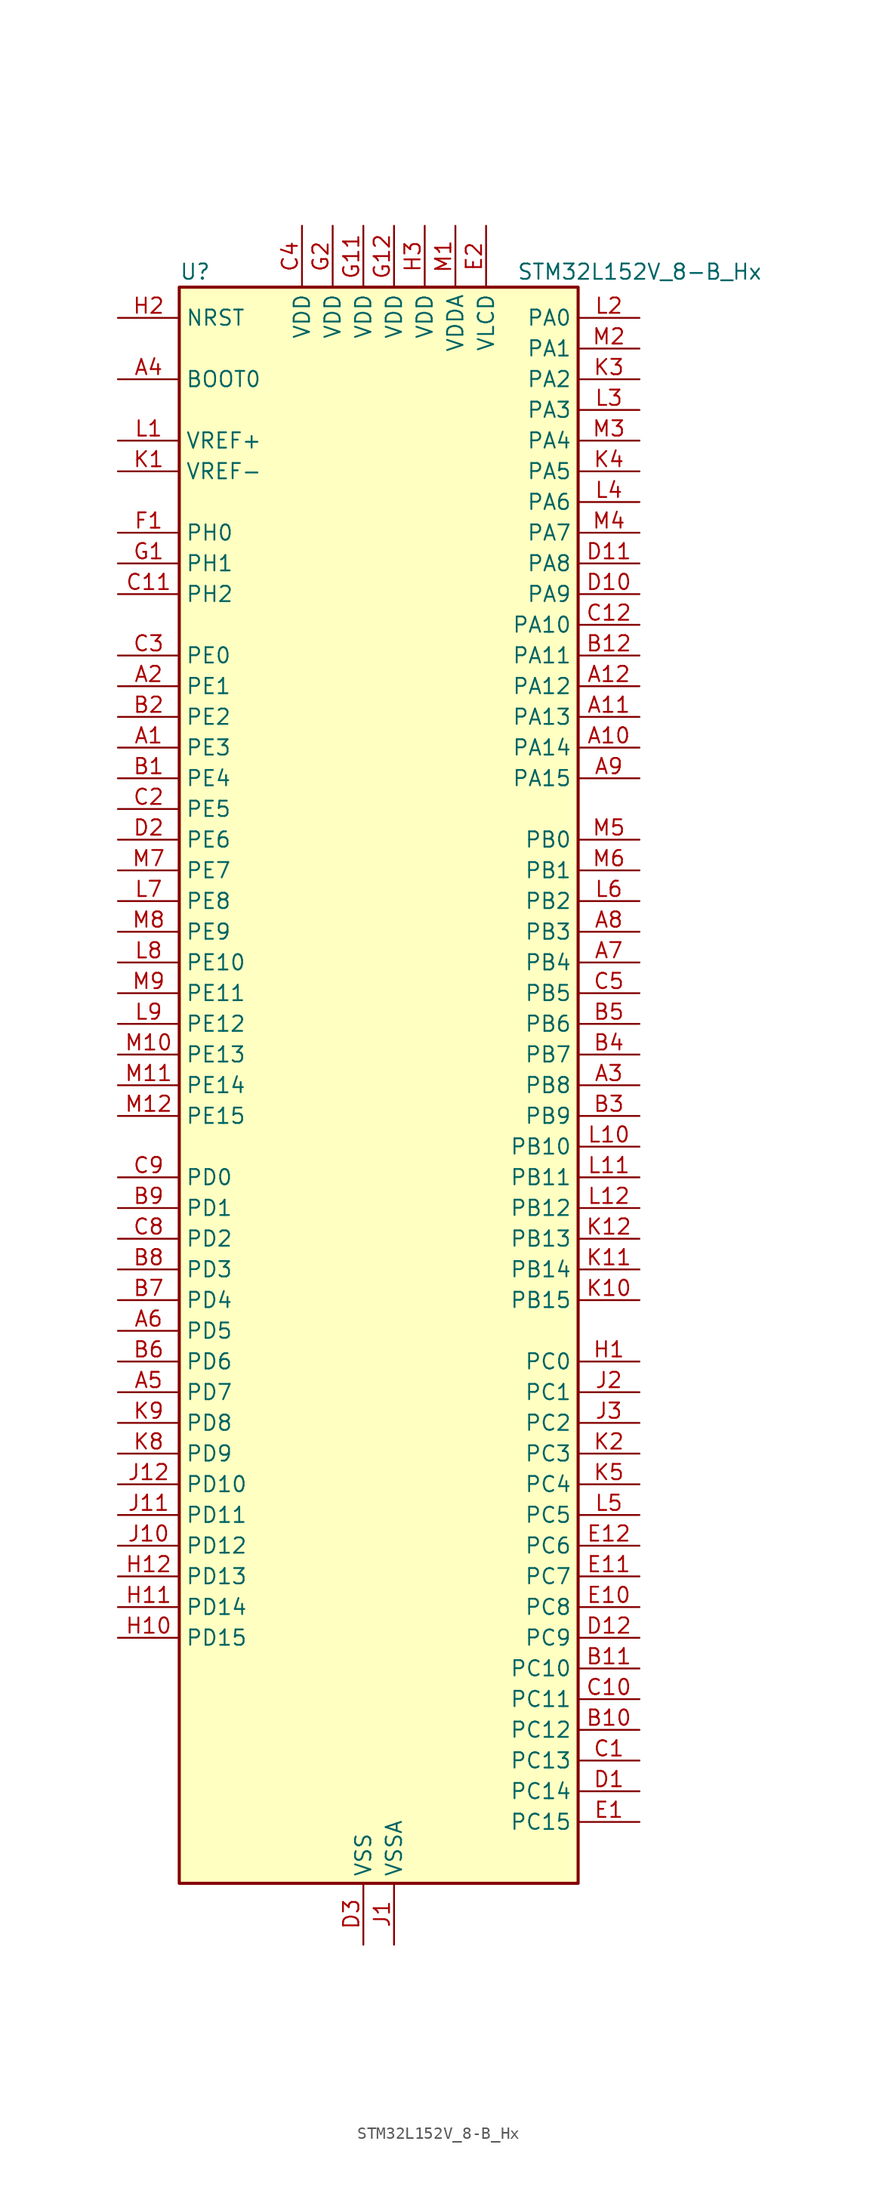
<source format=kicad_sym>
(kicad_symbol_lib
  (version 20231120)
  (generator "kicad-library-utils")
  (generator_version "8.0")
  (symbol "STM32L152V_8-B_Hx"
    (property "Reference" "U"
      (at -15.24 67.31 0)
      (effects (font (size 1.27 1.27)) (justify left)))
    (property "Value" "STM32L152V_8-B_Hx"
      (at 12.7 67.31 0)
      (effects (font (size 1.27 1.27)) (justify left)))
    (symbol "STM32L152V_8-B_Hx_0_1"
      (rectangle (start -15.24 -66.04) (end 17.78 66.04) (stroke (width 0.254) (type default)) (fill (type background))))
    (symbol "STM32L152V_8-B_Hx_1_1"
      (pin bidirectional line (at -20.32 27.94 0) (length 5.08) (name "PE3" (effects (font (size 1.27 1.27)))) (number "A1" (effects (font (size 1.27 1.27)))) (alternate "LCD_SEG39" bidirectional line) (alternate "SYS_TRACED0" bidirectional line) (alternate "TIM3_CH1" bidirectional line) (alternate "TIMX_IC4" bidirectional line))
      (pin bidirectional line (at 22.86 27.94 180) (length 5.08) (name "PA14" (effects (font (size 1.27 1.27)))) (number "A10" (effects (font (size 1.27 1.27)))) (alternate "SYS_JTCK-SWCLK" bidirectional line) (alternate "TIMX_IC3" bidirectional line) (alternate "TS_G5_IO2" bidirectional line))
      (pin bidirectional line (at 22.86 30.48 180) (length 5.08) (name "PA13" (effects (font (size 1.27 1.27)))) (number "A11" (effects (font (size 1.27 1.27)))) (alternate "SYS_JTMS-SWDIO" bidirectional line) (alternate "TIMX_IC2" bidirectional line) (alternate "TS_G5_IO1" bidirectional line))
      (pin bidirectional line (at 22.86 33.02 180) (length 5.08) (name "PA12" (effects (font (size 1.27 1.27)))) (number "A12" (effects (font (size 1.27 1.27)))) (alternate "SPI1_MOSI" bidirectional line) (alternate "TIMX_IC1" bidirectional line) (alternate "USART1_RTS" bidirectional line) (alternate "USB_DP" bidirectional line))
      (pin bidirectional line (at -20.32 33.02 0) (length 5.08) (name "PE1" (effects (font (size 1.27 1.27)))) (number "A2" (effects (font (size 1.27 1.27)))) (alternate "LCD_SEG37" bidirectional line) (alternate "TIM11_CH1" bidirectional line) (alternate "TIMX_IC2" bidirectional line))
      (pin bidirectional line (at 22.86 0 180) (length 5.08) (name "PB8" (effects (font (size 1.27 1.27)))) (number "A3" (effects (font (size 1.27 1.27)))) (alternate "I2C1_SCL" bidirectional line) (alternate "LCD_SEG16" bidirectional line) (alternate "TIM10_CH1" bidirectional line) (alternate "TIM4_CH3" bidirectional line))
      (pin input line (at -20.32 58.42 0) (length 5.08) (name "BOOT0" (effects (font (size 1.27 1.27)))) (number "A4" (effects (font (size 1.27 1.27)))))
      (pin bidirectional line (at -20.32 -25.4 0) (length 5.08) (name "PD7" (effects (font (size 1.27 1.27)))) (number "A5" (effects (font (size 1.27 1.27)))) (alternate "TIM9_CH2" bidirectional line) (alternate "TIMX_IC4" bidirectional line) (alternate "USART2_CK" bidirectional line))
      (pin bidirectional line (at -20.32 -20.32 0) (length 5.08) (name "PD5" (effects (font (size 1.27 1.27)))) (number "A6" (effects (font (size 1.27 1.27)))) (alternate "TIMX_IC2" bidirectional line) (alternate "USART2_TX" bidirectional line))
      (pin bidirectional line (at 22.86 10.16 180) (length 5.08) (name "PB4" (effects (font (size 1.27 1.27)))) (number "A7" (effects (font (size 1.27 1.27)))) (alternate "COMP2_INP" bidirectional line) (alternate "LCD_SEG8" bidirectional line) (alternate "SPI1_MISO" bidirectional line) (alternate "SYS_JTRST" bidirectional line) (alternate "TIM3_CH1" bidirectional line) (alternate "TS_G6_IO1" bidirectional line))
      (pin bidirectional line (at 22.86 12.7 180) (length 5.08) (name "PB3" (effects (font (size 1.27 1.27)))) (number "A8" (effects (font (size 1.27 1.27)))) (alternate "COMP2_INM" bidirectional line) (alternate "LCD_SEG7" bidirectional line) (alternate "SPI1_SCK" bidirectional line) (alternate "SYS_JTDO-TRACESWO" bidirectional line) (alternate "TIM2_CH2" bidirectional line))
      (pin bidirectional line (at 22.86 25.4 180) (length 5.08) (name "PA15" (effects (font (size 1.27 1.27)))) (number "A9" (effects (font (size 1.27 1.27)))) (alternate "ADC_EXTI15" bidirectional line) (alternate "LCD_SEG17" bidirectional line) (alternate "SPI1_NSS" bidirectional line) (alternate "SYS_JTDI" bidirectional line) (alternate "TIM2_CH1" bidirectional line) (alternate "TIM2_ETR" bidirectional line) (alternate "TIMX_IC4" bidirectional line) (alternate "TS_G5_IO3" bidirectional line))
      (pin bidirectional line (at -20.32 25.4 0) (length 5.08) (name "PE4" (effects (font (size 1.27 1.27)))) (number "B1" (effects (font (size 1.27 1.27)))) (alternate "SYS_TRACED1" bidirectional line) (alternate "TIM3_CH2" bidirectional line) (alternate "TIMX_IC1" bidirectional line))
      (pin bidirectional line (at 22.86 -53.34 180) (length 5.08) (name "PC12" (effects (font (size 1.27 1.27)))) (number "B10" (effects (font (size 1.27 1.27)))) (alternate "LCD_COM6" bidirectional line) (alternate "LCD_SEG30" bidirectional line) (alternate "LCD_SEG42" bidirectional line) (alternate "TIMX_IC1" bidirectional line) (alternate "USART3_CK" bidirectional line))
      (pin bidirectional line (at 22.86 -48.26 180) (length 5.08) (name "PC10" (effects (font (size 1.27 1.27)))) (number "B11" (effects (font (size 1.27 1.27)))) (alternate "LCD_COM4" bidirectional line) (alternate "LCD_SEG28" bidirectional line) (alternate "LCD_SEG40" bidirectional line) (alternate "TIMX_IC3" bidirectional line) (alternate "USART3_TX" bidirectional line))
      (pin bidirectional line (at 22.86 35.56 180) (length 5.08) (name "PA11" (effects (font (size 1.27 1.27)))) (number "B12" (effects (font (size 1.27 1.27)))) (alternate "ADC_EXTI11" bidirectional line) (alternate "SPI1_MISO" bidirectional line) (alternate "TIMX_IC4" bidirectional line) (alternate "USART1_CTS" bidirectional line) (alternate "USB_DM" bidirectional line))
      (pin bidirectional line (at -20.32 30.48 0) (length 5.08) (name "PE2" (effects (font (size 1.27 1.27)))) (number "B2" (effects (font (size 1.27 1.27)))) (alternate "LCD_SEG38" bidirectional line) (alternate "SYS_TRACECK" bidirectional line) (alternate "TIM3_ETR" bidirectional line) (alternate "TIMX_IC3" bidirectional line))
      (pin bidirectional line (at 22.86 -2.54 180) (length 5.08) (name "PB9" (effects (font (size 1.27 1.27)))) (number "B3" (effects (font (size 1.27 1.27)))) (alternate "DAC_EXTI9" bidirectional line) (alternate "I2C1_SDA" bidirectional line) (alternate "LCD_COM3" bidirectional line) (alternate "TIM11_CH1" bidirectional line) (alternate "TIM4_CH4" bidirectional line))
      (pin bidirectional line (at 22.86 2.54 180) (length 5.08) (name "PB7" (effects (font (size 1.27 1.27)))) (number "B4" (effects (font (size 1.27 1.27)))) (alternate "I2C1_SDA" bidirectional line) (alternate "SYS_PVD_IN" bidirectional line) (alternate "TIM4_CH2" bidirectional line) (alternate "USART1_RX" bidirectional line))
      (pin bidirectional line (at 22.86 5.08 180) (length 5.08) (name "PB6" (effects (font (size 1.27 1.27)))) (number "B5" (effects (font (size 1.27 1.27)))) (alternate "I2C1_SCL" bidirectional line) (alternate "TIM4_CH1" bidirectional line) (alternate "USART1_TX" bidirectional line))
      (pin bidirectional line (at -20.32 -22.86 0) (length 5.08) (name "PD6" (effects (font (size 1.27 1.27)))) (number "B6" (effects (font (size 1.27 1.27)))) (alternate "TIMX_IC3" bidirectional line) (alternate "USART2_RX" bidirectional line))
      (pin bidirectional line (at -20.32 -17.78 0) (length 5.08) (name "PD4" (effects (font (size 1.27 1.27)))) (number "B7" (effects (font (size 1.27 1.27)))) (alternate "SPI2_MOSI" bidirectional line) (alternate "TIMX_IC1" bidirectional line) (alternate "USART2_RTS" bidirectional line))
      (pin bidirectional line (at -20.32 -15.24 0) (length 5.08) (name "PD3" (effects (font (size 1.27 1.27)))) (number "B8" (effects (font (size 1.27 1.27)))) (alternate "SPI2_MISO" bidirectional line) (alternate "TIMX_IC4" bidirectional line) (alternate "USART2_CTS" bidirectional line))
      (pin bidirectional line (at -20.32 -10.16 0) (length 5.08) (name "PD1" (effects (font (size 1.27 1.27)))) (number "B9" (effects (font (size 1.27 1.27)))) (alternate "SPI2_SCK" bidirectional line) (alternate "TIMX_IC2" bidirectional line))
      (pin bidirectional line (at 22.86 -55.88 180) (length 5.08) (name "PC13" (effects (font (size 1.27 1.27)))) (number "C1" (effects (font (size 1.27 1.27)))) (alternate "RTC_OUT_ALARM" bidirectional line) (alternate "RTC_OUT_CALIB" bidirectional line) (alternate "RTC_TAMP1" bidirectional line) (alternate "RTC_TS" bidirectional line) (alternate "SYS_WKUP2" bidirectional line) (alternate "TIMX_IC2" bidirectional line))
      (pin bidirectional line (at 22.86 -50.8 180) (length 5.08) (name "PC11" (effects (font (size 1.27 1.27)))) (number "C10" (effects (font (size 1.27 1.27)))) (alternate "ADC_EXTI11" bidirectional line) (alternate "LCD_COM5" bidirectional line) (alternate "LCD_SEG29" bidirectional line) (alternate "LCD_SEG41" bidirectional line) (alternate "TIMX_IC4" bidirectional line) (alternate "USART3_RX" bidirectional line))
      (pin bidirectional line (at -20.32 40.64 0) (length 5.08) (name "PH2" (effects (font (size 1.27 1.27)))) (number "C11" (effects (font (size 1.27 1.27)))))
      (pin bidirectional line (at 22.86 38.1 180) (length 5.08) (name "PA10" (effects (font (size 1.27 1.27)))) (number "C12" (effects (font (size 1.27 1.27)))) (alternate "LCD_COM2" bidirectional line) (alternate "TIMX_IC3" bidirectional line) (alternate "TS_G4_IO3" bidirectional line) (alternate "USART1_RX" bidirectional line))
      (pin bidirectional line (at -20.32 22.86 0) (length 5.08) (name "PE5" (effects (font (size 1.27 1.27)))) (number "C2" (effects (font (size 1.27 1.27)))) (alternate "SYS_TRACED2" bidirectional line) (alternate "TIM9_CH1" bidirectional line) (alternate "TIMX_IC2" bidirectional line))
      (pin bidirectional line (at -20.32 35.56 0) (length 5.08) (name "PE0" (effects (font (size 1.27 1.27)))) (number "C3" (effects (font (size 1.27 1.27)))) (alternate "LCD_SEG36" bidirectional line) (alternate "TIM10_CH1" bidirectional line) (alternate "TIM4_ETR" bidirectional line) (alternate "TIMX_IC1" bidirectional line))
      (pin power_in line (at -5.08 71.12 270) (length 5.08) (name "VDD" (effects (font (size 1.27 1.27)))) (number "C4" (effects (font (size 1.27 1.27)))))
      (pin bidirectional line (at 22.86 7.62 180) (length 5.08) (name "PB5" (effects (font (size 1.27 1.27)))) (number "C5" (effects (font (size 1.27 1.27)))) (alternate "COMP2_INP" bidirectional line) (alternate "I2C1_SMBA" bidirectional line) (alternate "LCD_SEG9" bidirectional line) (alternate "SPI1_MOSI" bidirectional line) (alternate "TIM3_CH2" bidirectional line) (alternate "TS_G6_IO2" bidirectional line))
      (pin bidirectional line (at -20.32 -12.7 0) (length 5.08) (name "PD2" (effects (font (size 1.27 1.27)))) (number "C8" (effects (font (size 1.27 1.27)))) (alternate "LCD_COM7" bidirectional line) (alternate "LCD_SEG31" bidirectional line) (alternate "LCD_SEG43" bidirectional line) (alternate "TIM3_ETR" bidirectional line) (alternate "TIMX_IC3" bidirectional line))
      (pin bidirectional line (at -20.32 -7.62 0) (length 5.08) (name "PD0" (effects (font (size 1.27 1.27)))) (number "C9" (effects (font (size 1.27 1.27)))) (alternate "SPI2_NSS" bidirectional line) (alternate "TIM9_CH1" bidirectional line) (alternate "TIMX_IC1" bidirectional line))
      (pin bidirectional line (at 22.86 -58.42 180) (length 5.08) (name "PC14" (effects (font (size 1.27 1.27)))) (number "D1" (effects (font (size 1.27 1.27)))) (alternate "RCC_OSC32_IN" bidirectional line) (alternate "TIMX_IC3" bidirectional line))
      (pin bidirectional line (at 22.86 40.64 180) (length 5.08) (name "PA9" (effects (font (size 1.27 1.27)))) (number "D10" (effects (font (size 1.27 1.27)))) (alternate "DAC_EXTI9" bidirectional line) (alternate "LCD_COM1" bidirectional line) (alternate "TIMX_IC2" bidirectional line) (alternate "TS_G4_IO2" bidirectional line) (alternate "USART1_TX" bidirectional line))
      (pin bidirectional line (at 22.86 43.18 180) (length 5.08) (name "PA8" (effects (font (size 1.27 1.27)))) (number "D11" (effects (font (size 1.27 1.27)))) (alternate "LCD_COM0" bidirectional line) (alternate "RCC_MCO" bidirectional line) (alternate "TIMX_IC1" bidirectional line) (alternate "TS_G4_IO1" bidirectional line) (alternate "USART1_CK" bidirectional line))
      (pin bidirectional line (at 22.86 -45.72 180) (length 5.08) (name "PC9" (effects (font (size 1.27 1.27)))) (number "D12" (effects (font (size 1.27 1.27)))) (alternate "DAC_EXTI9" bidirectional line) (alternate "LCD_SEG27" bidirectional line) (alternate "TIM3_CH4" bidirectional line) (alternate "TIMX_IC2" bidirectional line) (alternate "TS_G10_IO4" bidirectional line))
      (pin bidirectional line (at -20.32 20.32 0) (length 5.08) (name "PE6" (effects (font (size 1.27 1.27)))) (number "D2" (effects (font (size 1.27 1.27)))) (alternate "SYS_TRACED3" bidirectional line) (alternate "SYS_WKUP3" bidirectional line) (alternate "TIM9_CH2" bidirectional line) (alternate "TIMX_IC3" bidirectional line))
      (pin power_in line (at 0 -71.12 90) (length 5.08) (name "VSS" (effects (font (size 1.27 1.27)))) (number "D3" (effects (font (size 1.27 1.27)))))
      (pin bidirectional line (at 22.86 -60.96 180) (length 5.08) (name "PC15" (effects (font (size 1.27 1.27)))) (number "E1" (effects (font (size 1.27 1.27)))) (alternate "ADC_EXTI15" bidirectional line) (alternate "RCC_OSC32_OUT" bidirectional line) (alternate "TIMX_IC4" bidirectional line))
      (pin bidirectional line (at 22.86 -43.18 180) (length 5.08) (name "PC8" (effects (font (size 1.27 1.27)))) (number "E10" (effects (font (size 1.27 1.27)))) (alternate "LCD_SEG26" bidirectional line) (alternate "TIM3_CH3" bidirectional line) (alternate "TIMX_IC1" bidirectional line) (alternate "TS_G10_IO3" bidirectional line))
      (pin bidirectional line (at 22.86 -40.64 180) (length 5.08) (name "PC7" (effects (font (size 1.27 1.27)))) (number "E11" (effects (font (size 1.27 1.27)))) (alternate "LCD_SEG25" bidirectional line) (alternate "TIM3_CH2" bidirectional line) (alternate "TIMX_IC4" bidirectional line) (alternate "TS_G10_IO2" bidirectional line))
      (pin bidirectional line (at 22.86 -38.1 180) (length 5.08) (name "PC6" (effects (font (size 1.27 1.27)))) (number "E12" (effects (font (size 1.27 1.27)))) (alternate "LCD_SEG24" bidirectional line) (alternate "TIM3_CH1" bidirectional line) (alternate "TIMX_IC3" bidirectional line) (alternate "TS_G10_IO1" bidirectional line))
      (pin power_in line (at 10.16 71.12 270) (length 5.08) (name "VLCD" (effects (font (size 1.27 1.27)))) (number "E2" (effects (font (size 1.27 1.27)))))
      (pin passive line (at 0 -71.12 90) (length 5.08) hide (name "VSS" (effects (font (size 1.27 1.27)))) (number "E3" (effects (font (size 1.27 1.27)))))
      (pin bidirectional line (at -20.32 45.72 0) (length 5.08) (name "PH0" (effects (font (size 1.27 1.27)))) (number "F1" (effects (font (size 1.27 1.27)))) (alternate "RCC_OSC_IN" bidirectional line))
      (pin passive line (at 0 -71.12 90) (length 5.08) hide (name "VSS" (effects (font (size 1.27 1.27)))) (number "F11" (effects (font (size 1.27 1.27)))))
      (pin passive line (at 0 -71.12 90) (length 5.08) hide (name "VSS" (effects (font (size 1.27 1.27)))) (number "F12" (effects (font (size 1.27 1.27)))))
      (pin passive line (at 0 -71.12 90) (length 5.08) hide (name "VSS" (effects (font (size 1.27 1.27)))) (number "F2" (effects (font (size 1.27 1.27)))))
      (pin bidirectional line (at -20.32 43.18 0) (length 5.08) (name "PH1" (effects (font (size 1.27 1.27)))) (number "G1" (effects (font (size 1.27 1.27)))) (alternate "RCC_OSC_OUT" bidirectional line))
      (pin power_in line (at 0 71.12 270) (length 5.08) (name "VDD" (effects (font (size 1.27 1.27)))) (number "G11" (effects (font (size 1.27 1.27)))))
      (pin power_in line (at 2.54 71.12 270) (length 5.08) (name "VDD" (effects (font (size 1.27 1.27)))) (number "G12" (effects (font (size 1.27 1.27)))))
      (pin power_in line (at -2.54 71.12 270) (length 5.08) (name "VDD" (effects (font (size 1.27 1.27)))) (number "G2" (effects (font (size 1.27 1.27)))))
      (pin bidirectional line (at 22.86 -22.86 180) (length 5.08) (name "PC0" (effects (font (size 1.27 1.27)))) (number "H1" (effects (font (size 1.27 1.27)))) (alternate "ADC_IN10" bidirectional line) (alternate "COMP1_INP" bidirectional line) (alternate "LCD_SEG18" bidirectional line) (alternate "TIMX_IC1" bidirectional line) (alternate "TS_G8_IO1" bidirectional line))
      (pin bidirectional line (at -20.32 -45.72 0) (length 5.08) (name "PD15" (effects (font (size 1.27 1.27)))) (number "H10" (effects (font (size 1.27 1.27)))) (alternate "ADC_EXTI15" bidirectional line) (alternate "LCD_SEG35" bidirectional line) (alternate "TIM4_CH4" bidirectional line) (alternate "TIMX_IC4" bidirectional line))
      (pin bidirectional line (at -20.32 -43.18 0) (length 5.08) (name "PD14" (effects (font (size 1.27 1.27)))) (number "H11" (effects (font (size 1.27 1.27)))) (alternate "LCD_SEG34" bidirectional line) (alternate "TIM4_CH3" bidirectional line) (alternate "TIMX_IC3" bidirectional line))
      (pin bidirectional line (at -20.32 -40.64 0) (length 5.08) (name "PD13" (effects (font (size 1.27 1.27)))) (number "H12" (effects (font (size 1.27 1.27)))) (alternate "LCD_SEG33" bidirectional line) (alternate "TIM4_CH2" bidirectional line) (alternate "TIMX_IC2" bidirectional line))
      (pin input line (at -20.32 63.5 0) (length 5.08) (name "NRST" (effects (font (size 1.27 1.27)))) (number "H2" (effects (font (size 1.27 1.27)))))
      (pin power_in line (at 5.08 71.12 270) (length 5.08) (name "VDD" (effects (font (size 1.27 1.27)))) (number "H3" (effects (font (size 1.27 1.27)))))
      (pin power_in line (at 2.54 -71.12 90) (length 5.08) (name "VSSA" (effects (font (size 1.27 1.27)))) (number "J1" (effects (font (size 1.27 1.27)))))
      (pin bidirectional line (at -20.32 -38.1 0) (length 5.08) (name "PD12" (effects (font (size 1.27 1.27)))) (number "J10" (effects (font (size 1.27 1.27)))) (alternate "LCD_SEG32" bidirectional line) (alternate "TIM4_CH1" bidirectional line) (alternate "TIMX_IC1" bidirectional line) (alternate "USART3_RTS" bidirectional line))
      (pin bidirectional line (at -20.32 -35.56 0) (length 5.08) (name "PD11" (effects (font (size 1.27 1.27)))) (number "J11" (effects (font (size 1.27 1.27)))) (alternate "ADC_EXTI11" bidirectional line) (alternate "LCD_SEG31" bidirectional line) (alternate "TIMX_IC4" bidirectional line) (alternate "USART3_CTS" bidirectional line))
      (pin bidirectional line (at -20.32 -33.02 0) (length 5.08) (name "PD10" (effects (font (size 1.27 1.27)))) (number "J12" (effects (font (size 1.27 1.27)))) (alternate "LCD_SEG30" bidirectional line) (alternate "TIMX_IC3" bidirectional line) (alternate "USART3_CK" bidirectional line))
      (pin bidirectional line (at 22.86 -25.4 180) (length 5.08) (name "PC1" (effects (font (size 1.27 1.27)))) (number "J2" (effects (font (size 1.27 1.27)))) (alternate "ADC_IN11" bidirectional line) (alternate "COMP1_INP" bidirectional line) (alternate "LCD_SEG19" bidirectional line) (alternate "TIMX_IC2" bidirectional line) (alternate "TS_G8_IO2" bidirectional line))
      (pin bidirectional line (at 22.86 -27.94 180) (length 5.08) (name "PC2" (effects (font (size 1.27 1.27)))) (number "J3" (effects (font (size 1.27 1.27)))) (alternate "ADC_IN12" bidirectional line) (alternate "COMP1_INP" bidirectional line) (alternate "LCD_SEG20" bidirectional line) (alternate "TIMX_IC3" bidirectional line) (alternate "TS_G8_IO3" bidirectional line))
      (pin input line (at -20.32 50.8 0) (length 5.08) (name "VREF-" (effects (font (size 1.27 1.27)))) (number "K1" (effects (font (size 1.27 1.27)))))
      (pin bidirectional line (at 22.86 -17.78 180) (length 5.08) (name "PB15" (effects (font (size 1.27 1.27)))) (number "K10" (effects (font (size 1.27 1.27)))) (alternate "ADC_EXTI15" bidirectional line) (alternate "ADC_IN21" bidirectional line) (alternate "COMP1_INP" bidirectional line) (alternate "LCD_SEG15" bidirectional line) (alternate "RTC_REFIN" bidirectional line) (alternate "SPI2_MOSI" bidirectional line) (alternate "TIM11_CH1" bidirectional line) (alternate "TS_G7_IO4" bidirectional line))
      (pin bidirectional line (at 22.86 -15.24 180) (length 5.08) (name "PB14" (effects (font (size 1.27 1.27)))) (number "K11" (effects (font (size 1.27 1.27)))) (alternate "ADC_IN20" bidirectional line) (alternate "COMP1_INP" bidirectional line) (alternate "LCD_SEG14" bidirectional line) (alternate "SPI2_MISO" bidirectional line) (alternate "TIM9_CH2" bidirectional line) (alternate "TS_G7_IO3" bidirectional line) (alternate "USART3_RTS" bidirectional line))
      (pin bidirectional line (at 22.86 -12.7 180) (length 5.08) (name "PB13" (effects (font (size 1.27 1.27)))) (number "K12" (effects (font (size 1.27 1.27)))) (alternate "ADC_IN19" bidirectional line) (alternate "COMP1_INP" bidirectional line) (alternate "LCD_SEG13" bidirectional line) (alternate "SPI2_SCK" bidirectional line) (alternate "TIM9_CH1" bidirectional line) (alternate "TS_G7_IO2" bidirectional line) (alternate "USART3_CTS" bidirectional line))
      (pin bidirectional line (at 22.86 -30.48 180) (length 5.08) (name "PC3" (effects (font (size 1.27 1.27)))) (number "K2" (effects (font (size 1.27 1.27)))) (alternate "ADC_IN13" bidirectional line) (alternate "COMP1_INP" bidirectional line) (alternate "LCD_SEG21" bidirectional line) (alternate "TIMX_IC4" bidirectional line) (alternate "TS_G8_IO4" bidirectional line))
      (pin bidirectional line (at 22.86 58.42 180) (length 5.08) (name "PA2" (effects (font (size 1.27 1.27)))) (number "K3" (effects (font (size 1.27 1.27)))) (alternate "ADC_IN2" bidirectional line) (alternate "COMP1_INP" bidirectional line) (alternate "LCD_SEG1" bidirectional line) (alternate "TIM2_CH3" bidirectional line) (alternate "TIM9_CH1" bidirectional line) (alternate "TIMX_IC3" bidirectional line) (alternate "TS_G1_IO3" bidirectional line) (alternate "USART2_TX" bidirectional line))
      (pin bidirectional line (at 22.86 50.8 180) (length 5.08) (name "PA5" (effects (font (size 1.27 1.27)))) (number "K4" (effects (font (size 1.27 1.27)))) (alternate "ADC_IN5" bidirectional line) (alternate "COMP1_INP" bidirectional line) (alternate "DAC_OUT2" bidirectional line) (alternate "SPI1_SCK" bidirectional line) (alternate "TIM2_CH1" bidirectional line) (alternate "TIM2_ETR" bidirectional line) (alternate "TIMX_IC2" bidirectional line))
      (pin bidirectional line (at 22.86 -33.02 180) (length 5.08) (name "PC4" (effects (font (size 1.27 1.27)))) (number "K5" (effects (font (size 1.27 1.27)))) (alternate "ADC_IN14" bidirectional line) (alternate "COMP1_INP" bidirectional line) (alternate "LCD_SEG22" bidirectional line) (alternate "TIMX_IC1" bidirectional line) (alternate "TS_G9_IO1" bidirectional line))
      (pin bidirectional line (at -20.32 -30.48 0) (length 5.08) (name "PD9" (effects (font (size 1.27 1.27)))) (number "K8" (effects (font (size 1.27 1.27)))) (alternate "DAC_EXTI9" bidirectional line) (alternate "LCD_SEG29" bidirectional line) (alternate "TIMX_IC2" bidirectional line) (alternate "USART3_RX" bidirectional line))
      (pin bidirectional line (at -20.32 -27.94 0) (length 5.08) (name "PD8" (effects (font (size 1.27 1.27)))) (number "K9" (effects (font (size 1.27 1.27)))) (alternate "LCD_SEG28" bidirectional line) (alternate "TIMX_IC1" bidirectional line) (alternate "USART3_TX" bidirectional line))
      (pin input line (at -20.32 53.34 0) (length 5.08) (name "VREF+" (effects (font (size 1.27 1.27)))) (number "L1" (effects (font (size 1.27 1.27)))))
      (pin bidirectional line (at 22.86 -5.08 180) (length 5.08) (name "PB10" (effects (font (size 1.27 1.27)))) (number "L10" (effects (font (size 1.27 1.27)))) (alternate "I2C2_SCL" bidirectional line) (alternate "LCD_SEG10" bidirectional line) (alternate "TIM2_CH3" bidirectional line) (alternate "USART3_TX" bidirectional line))
      (pin bidirectional line (at 22.86 -7.62 180) (length 5.08) (name "PB11" (effects (font (size 1.27 1.27)))) (number "L11" (effects (font (size 1.27 1.27)))) (alternate "ADC_EXTI11" bidirectional line) (alternate "I2C2_SDA" bidirectional line) (alternate "LCD_SEG11" bidirectional line) (alternate "TIM2_CH4" bidirectional line) (alternate "USART3_RX" bidirectional line))
      (pin bidirectional line (at 22.86 -10.16 180) (length 5.08) (name "PB12" (effects (font (size 1.27 1.27)))) (number "L12" (effects (font (size 1.27 1.27)))) (alternate "ADC_IN18" bidirectional line) (alternate "COMP1_INP" bidirectional line) (alternate "I2C2_SMBA" bidirectional line) (alternate "LCD_SEG12" bidirectional line) (alternate "SPI2_NSS" bidirectional line) (alternate "TIM10_CH1" bidirectional line) (alternate "TS_G7_IO1" bidirectional line) (alternate "USART3_CK" bidirectional line))
      (pin bidirectional line (at 22.86 63.5 180) (length 5.08) (name "PA0" (effects (font (size 1.27 1.27)))) (number "L2" (effects (font (size 1.27 1.27)))) (alternate "ADC_IN0" bidirectional line) (alternate "COMP1_INP" bidirectional line) (alternate "SYS_WKUP1" bidirectional line) (alternate "TIM2_CH1" bidirectional line) (alternate "TIM2_ETR" bidirectional line) (alternate "TIMX_IC1" bidirectional line) (alternate "TS_G1_IO1" bidirectional line) (alternate "USART2_CTS" bidirectional line))
      (pin bidirectional line (at 22.86 55.88 180) (length 5.08) (name "PA3" (effects (font (size 1.27 1.27)))) (number "L3" (effects (font (size 1.27 1.27)))) (alternate "ADC_IN3" bidirectional line) (alternate "COMP1_INP" bidirectional line) (alternate "LCD_SEG2" bidirectional line) (alternate "TIM2_CH4" bidirectional line) (alternate "TIM9_CH2" bidirectional line) (alternate "TIMX_IC4" bidirectional line) (alternate "TS_G1_IO4" bidirectional line) (alternate "USART2_RX" bidirectional line))
      (pin bidirectional line (at 22.86 48.26 180) (length 5.08) (name "PA6" (effects (font (size 1.27 1.27)))) (number "L4" (effects (font (size 1.27 1.27)))) (alternate "ADC_IN6" bidirectional line) (alternate "COMP1_INP" bidirectional line) (alternate "LCD_SEG3" bidirectional line) (alternate "SPI1_MISO" bidirectional line) (alternate "TIM10_CH1" bidirectional line) (alternate "TIM3_CH1" bidirectional line) (alternate "TIMX_IC3" bidirectional line) (alternate "TS_G2_IO1" bidirectional line))
      (pin bidirectional line (at 22.86 -35.56 180) (length 5.08) (name "PC5" (effects (font (size 1.27 1.27)))) (number "L5" (effects (font (size 1.27 1.27)))) (alternate "ADC_IN15" bidirectional line) (alternate "COMP1_INP" bidirectional line) (alternate "LCD_SEG23" bidirectional line) (alternate "TIMX_IC2" bidirectional line) (alternate "TS_G9_IO2" bidirectional line))
      (pin bidirectional line (at 22.86 15.24 180) (length 5.08) (name "PB2" (effects (font (size 1.27 1.27)))) (number "L6" (effects (font (size 1.27 1.27)))))
      (pin bidirectional line (at -20.32 15.24 0) (length 5.08) (name "PE8" (effects (font (size 1.27 1.27)))) (number "L7" (effects (font (size 1.27 1.27)))) (alternate "ADC_IN23" bidirectional line) (alternate "COMP1_INP" bidirectional line) (alternate "TIMX_IC1" bidirectional line))
      (pin bidirectional line (at -20.32 10.16 0) (length 5.08) (name "PE10" (effects (font (size 1.27 1.27)))) (number "L8" (effects (font (size 1.27 1.27)))) (alternate "ADC_IN25" bidirectional line) (alternate "COMP1_INP" bidirectional line) (alternate "TIM2_CH2" bidirectional line) (alternate "TIMX_IC3" bidirectional line))
      (pin bidirectional line (at -20.32 5.08 0) (length 5.08) (name "PE12" (effects (font (size 1.27 1.27)))) (number "L9" (effects (font (size 1.27 1.27)))) (alternate "SPI1_NSS" bidirectional line) (alternate "TIM2_CH4" bidirectional line) (alternate "TIMX_IC1" bidirectional line))
      (pin power_in line (at 7.62 71.12 270) (length 5.08) (name "VDDA" (effects (font (size 1.27 1.27)))) (number "M1" (effects (font (size 1.27 1.27)))))
      (pin bidirectional line (at -20.32 2.54 0) (length 5.08) (name "PE13" (effects (font (size 1.27 1.27)))) (number "M10" (effects (font (size 1.27 1.27)))) (alternate "SPI1_SCK" bidirectional line) (alternate "TIMX_IC2" bidirectional line))
      (pin bidirectional line (at -20.32 0 0) (length 5.08) (name "PE14" (effects (font (size 1.27 1.27)))) (number "M11" (effects (font (size 1.27 1.27)))) (alternate "SPI1_MISO" bidirectional line) (alternate "TIMX_IC3" bidirectional line))
      (pin bidirectional line (at -20.32 -2.54 0) (length 5.08) (name "PE15" (effects (font (size 1.27 1.27)))) (number "M12" (effects (font (size 1.27 1.27)))) (alternate "ADC_EXTI15" bidirectional line) (alternate "SPI1_MOSI" bidirectional line) (alternate "TIMX_IC4" bidirectional line))
      (pin bidirectional line (at 22.86 60.96 180) (length 5.08) (name "PA1" (effects (font (size 1.27 1.27)))) (number "M2" (effects (font (size 1.27 1.27)))) (alternate "ADC_IN1" bidirectional line) (alternate "COMP1_INP" bidirectional line) (alternate "LCD_SEG0" bidirectional line) (alternate "TIM2_CH2" bidirectional line) (alternate "TIMX_IC2" bidirectional line) (alternate "TS_G1_IO2" bidirectional line) (alternate "USART2_RTS" bidirectional line))
      (pin bidirectional line (at 22.86 53.34 180) (length 5.08) (name "PA4" (effects (font (size 1.27 1.27)))) (number "M3" (effects (font (size 1.27 1.27)))) (alternate "ADC_IN4" bidirectional line) (alternate "COMP1_INP" bidirectional line) (alternate "DAC_OUT1" bidirectional line) (alternate "SPI1_NSS" bidirectional line) (alternate "TIMX_IC1" bidirectional line) (alternate "USART2_CK" bidirectional line))
      (pin bidirectional line (at 22.86 45.72 180) (length 5.08) (name "PA7" (effects (font (size 1.27 1.27)))) (number "M4" (effects (font (size 1.27 1.27)))) (alternate "ADC_IN7" bidirectional line) (alternate "COMP1_INP" bidirectional line) (alternate "LCD_SEG4" bidirectional line) (alternate "SPI1_MOSI" bidirectional line) (alternate "TIM11_CH1" bidirectional line) (alternate "TIM3_CH2" bidirectional line) (alternate "TIMX_IC4" bidirectional line) (alternate "TS_G2_IO2" bidirectional line))
      (pin bidirectional line (at 22.86 20.32 180) (length 5.08) (name "PB0" (effects (font (size 1.27 1.27)))) (number "M5" (effects (font (size 1.27 1.27)))) (alternate "ADC_IN8" bidirectional line) (alternate "COMP1_INP" bidirectional line) (alternate "LCD_SEG5" bidirectional line) (alternate "SYS_V_REF_OUT" bidirectional line) (alternate "TIM3_CH3" bidirectional line) (alternate "TS_G3_IO1" bidirectional line))
      (pin bidirectional line (at 22.86 17.78 180) (length 5.08) (name "PB1" (effects (font (size 1.27 1.27)))) (number "M6" (effects (font (size 1.27 1.27)))) (alternate "ADC_IN9" bidirectional line) (alternate "COMP1_INP" bidirectional line) (alternate "LCD_SEG6" bidirectional line) (alternate "SYS_V_REF_OUT" bidirectional line) (alternate "TIM3_CH4" bidirectional line) (alternate "TS_G3_IO2" bidirectional line))
      (pin bidirectional line (at -20.32 17.78 0) (length 5.08) (name "PE7" (effects (font (size 1.27 1.27)))) (number "M7" (effects (font (size 1.27 1.27)))) (alternate "ADC_IN22" bidirectional line) (alternate "COMP1_INP" bidirectional line) (alternate "TIMX_IC4" bidirectional line))
      (pin bidirectional line (at -20.32 12.7 0) (length 5.08) (name "PE9" (effects (font (size 1.27 1.27)))) (number "M8" (effects (font (size 1.27 1.27)))) (alternate "ADC_IN24" bidirectional line) (alternate "COMP1_INP" bidirectional line) (alternate "DAC_EXTI9" bidirectional line) (alternate "TIM2_CH1" bidirectional line) (alternate "TIM2_ETR" bidirectional line) (alternate "TIMX_IC2" bidirectional line))
      (pin bidirectional line (at -20.32 7.62 0) (length 5.08) (name "PE11" (effects (font (size 1.27 1.27)))) (number "M9" (effects (font (size 1.27 1.27)))) (alternate "ADC_EXTI11" bidirectional line) (alternate "TIM2_CH3" bidirectional line) (alternate "TIMX_IC4" bidirectional line)))))
</source>
